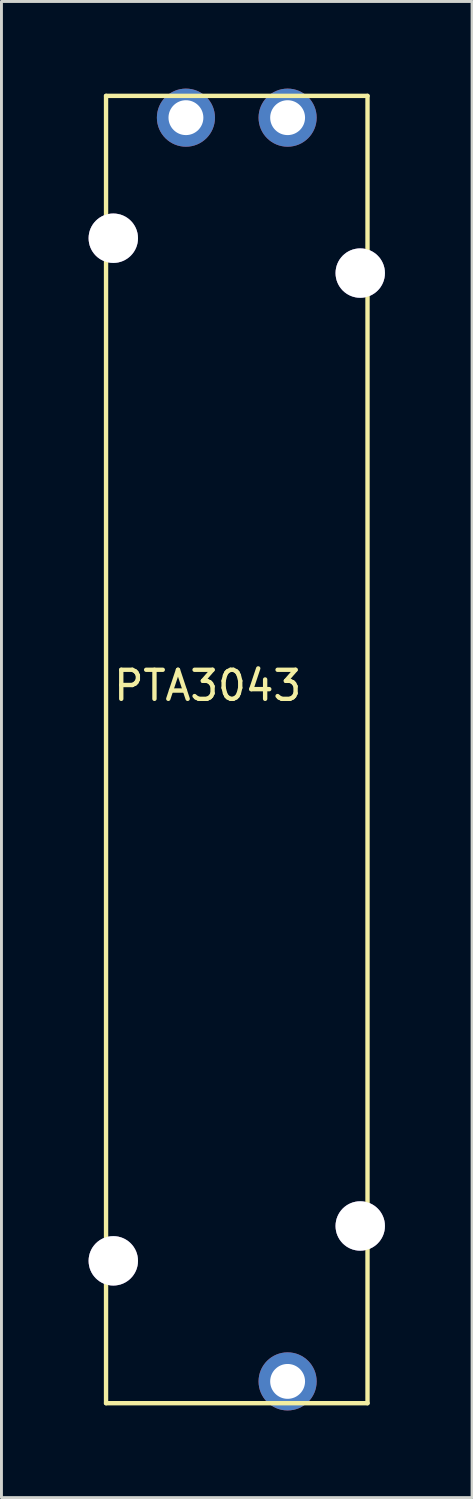
<source format=kicad_pcb>
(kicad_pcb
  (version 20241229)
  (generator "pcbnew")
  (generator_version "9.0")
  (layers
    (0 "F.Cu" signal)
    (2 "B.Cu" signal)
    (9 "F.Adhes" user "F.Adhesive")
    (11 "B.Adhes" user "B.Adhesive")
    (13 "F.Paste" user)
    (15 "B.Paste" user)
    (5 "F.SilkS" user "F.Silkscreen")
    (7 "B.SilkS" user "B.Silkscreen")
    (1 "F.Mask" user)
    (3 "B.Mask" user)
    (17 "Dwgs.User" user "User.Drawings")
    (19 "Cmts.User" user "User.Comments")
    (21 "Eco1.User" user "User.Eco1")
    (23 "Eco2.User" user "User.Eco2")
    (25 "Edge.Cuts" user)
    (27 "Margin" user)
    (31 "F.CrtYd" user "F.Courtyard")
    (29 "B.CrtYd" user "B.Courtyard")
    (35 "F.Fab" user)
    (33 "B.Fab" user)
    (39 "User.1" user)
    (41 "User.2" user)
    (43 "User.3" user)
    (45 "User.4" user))
  (footprint "PTA3043"
    (layer "F.Cu")
    (at 5.1 22.75)
    (property "Reference" "PTA3043" (at -1 -2.2 0) (layer "F.SilkS") (effects (font (size 1 1) (thickness 0.15))))
    (attr through_hole)
    (fp_line (start -4.5 -22.5) (end -4.5 22.5) (stroke (width 0.15) (type solid)) (layer "F.SilkS"))
    (fp_line (start -4.5 22.5) (end 4.5 22.5) (stroke (width 0.15) (type solid)) (layer "F.SilkS"))
    (fp_line (start 4.5 -22.5) (end -4.5 -22.5) (stroke (width 0.15) (type solid)) (layer "F.SilkS"))
    (fp_line (start 4.5 22.5) (end 4.5 -22.5) (stroke (width 0.15) (type solid)) (layer "F.SilkS"))
    (pad "" thru_hole circle (at -4.25 -17.6) (size 1.7 1.7) (drill 1.7) (layers "*.Cu" "*.Mask"))
    (pad "" thru_hole circle (at -4.25 17.6) (size 1.7 1.7) (drill 1.7) (layers "*.Cu" "*.Mask"))
    (pad "" thru_hole circle (at 4.25 -16.4) (size 1.7 1.7) (drill 1.7) (layers "*.Cu" "*.Mask"))
    (pad "" thru_hole circle (at 4.25 16.4) (size 1.7 1.7) (drill 1.7) (layers "*.Cu" "*.Mask"))
    (pad "1" thru_hole circle (at 1.75 -21.75) (size 2 2) (drill 1.2) (layers "*.Cu" "*.Mask"))
    (pad "2" thru_hole circle (at -1.75 -21.75) (size 2 2) (drill 1.2) (layers "*.Cu" "*.Mask"))
    (pad "3" thru_hole circle (at 1.75 21.75) (size 2 2) (drill 1.2) (layers "*.Cu" "*.Mask")))
  (gr_rect
    (start -3 -3)
    (end 13.2 48.5)
    (stroke (width 0.1) (type default))
    (fill no)
    (layer "Edge.Cuts")))
</source>
